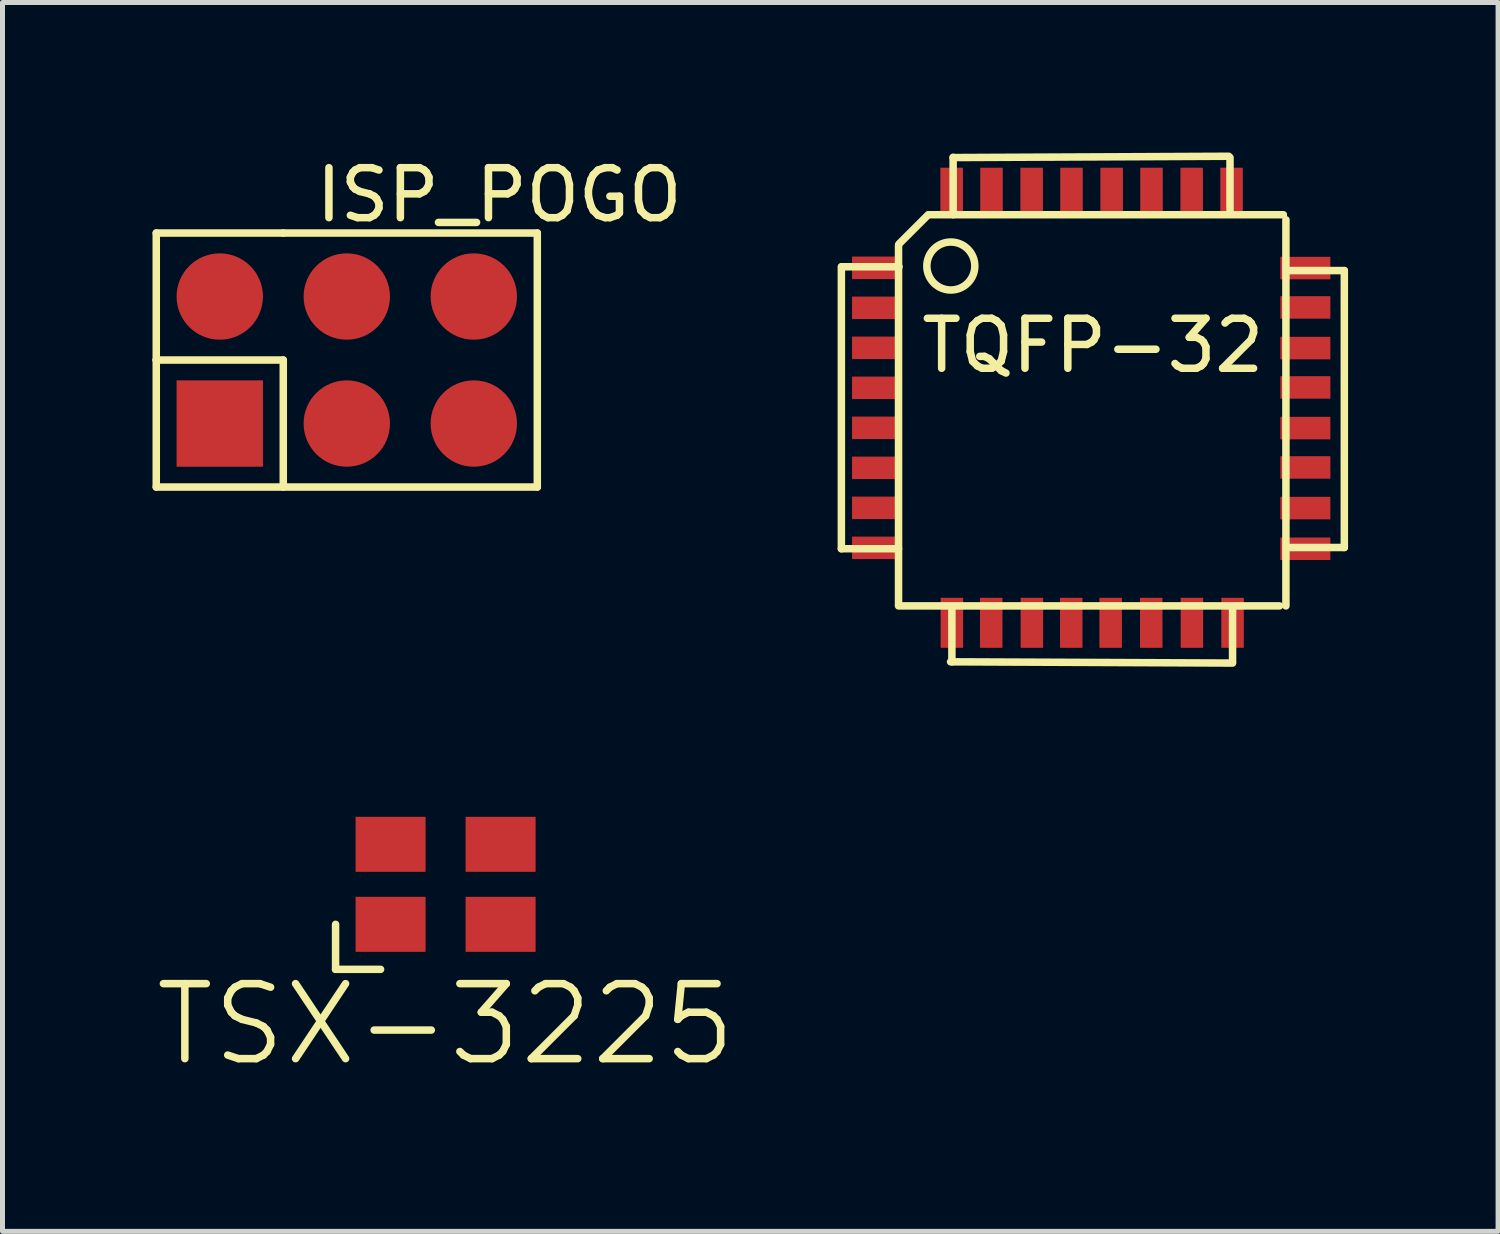
<source format=kicad_pcb>
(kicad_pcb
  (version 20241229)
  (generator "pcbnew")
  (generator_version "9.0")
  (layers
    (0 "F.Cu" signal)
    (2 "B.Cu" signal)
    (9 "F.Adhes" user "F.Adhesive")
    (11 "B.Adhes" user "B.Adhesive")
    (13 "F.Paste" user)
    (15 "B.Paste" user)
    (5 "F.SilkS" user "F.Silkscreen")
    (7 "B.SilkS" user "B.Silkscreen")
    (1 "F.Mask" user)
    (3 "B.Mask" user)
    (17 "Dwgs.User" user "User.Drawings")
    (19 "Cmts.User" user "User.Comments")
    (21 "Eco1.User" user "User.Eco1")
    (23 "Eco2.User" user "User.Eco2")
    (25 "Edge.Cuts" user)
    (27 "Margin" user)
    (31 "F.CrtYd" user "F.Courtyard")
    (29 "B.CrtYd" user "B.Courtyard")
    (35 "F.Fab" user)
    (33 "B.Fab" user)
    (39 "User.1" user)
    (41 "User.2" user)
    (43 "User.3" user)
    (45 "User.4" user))
  (footprint "TSX-3225"
    (layer "F.Cu")
    (at 5.861 14.635)
    (property "Reference" "TSX-3225" (at 0 2.8 0) (layer "F.SilkS") (effects (font (size 1.5 1.5) (thickness 0.15))))
    (attr through_hole)
    (fp_line (start -2.2 0.8) (end -2.2 1.7) (stroke (width 0.15) (type solid)) (layer "F.SilkS"))
    (fp_line (start -1.3 1.7) (end -2.2 1.7) (stroke (width 0.15) (type solid)) (layer "F.SilkS"))
    (pad "" smd rect (at -1.1 -0.8) (size 1.4 1.1) (layers "F.Cu" "F.Mask" "F.Paste"))
    (pad "" smd rect (at 1.1 0.8) (size 1.4 1.1) (layers "F.Cu" "F.Mask" "F.Paste"))
    (pad "1" smd rect (at -1.1 0.8) (size 1.4 1.1) (layers "F.Cu" "F.Mask" "F.Paste"))
    (pad "2" smd rect (at 1.1 -0.8) (size 1.4 1.1) (layers "F.Cu" "F.Mask" "F.Paste")))
  (footprint "ISP_POGO"
    (layer "F.Cu")
    (at 3.885 4.15)
    (property "Reference" "ISP_POGO" (at 3.048 -3.302 0) (layer "F.SilkS") (effects (font (size 1 1) (thickness 0.15))))
    (attr through_hole)
    (fp_line (start -3.81 -2.54) (end -3.81 0) (stroke (width 0.15) (type solid)) (layer "F.SilkS"))
    (fp_line (start -3.81 0) (end -1.27 0) (stroke (width 0.15) (type solid)) (layer "F.SilkS"))
    (fp_line (start -3.81 2.54) (end -3.81 0) (stroke (width 0.15) (type solid)) (layer "F.SilkS"))
    (fp_line (start -3.81 2.54) (end 3.81 2.54) (stroke (width 0.15) (type solid)) (layer "F.SilkS"))
    (fp_line (start -1.27 -2.54) (end -3.81 -2.54) (stroke (width 0.15) (type solid)) (layer "F.SilkS"))
    (fp_line (start -1.27 0) (end -1.27 2.54) (stroke (width 0.15) (type solid)) (layer "F.SilkS"))
    (fp_line (start 3.81 -2.54) (end -1.27 -2.54) (stroke (width 0.15) (type solid)) (layer "F.SilkS"))
    (fp_line (start 3.81 2.54) (end 3.81 -2.54) (stroke (width 0.15) (type solid)) (layer "F.SilkS"))
    (pad "1" smd rect (at -2.54 1.27) (size 1.727 1.727) (layers "F.Cu" "F.Mask"))
    (pad "2" smd oval (at -2.54 -1.27) (size 1.727 1.727) (layers "F.Cu" "F.Mask"))
    (pad "3" smd oval (at 0 1.27) (size 1.727 1.727) (layers "F.Cu" "F.Mask"))
    (pad "4" smd oval (at 0 -1.27) (size 1.727 1.727) (layers "F.Cu" "F.Mask"))
    (pad "5" smd oval (at 2.54 1.27) (size 1.727 1.727) (layers "F.Cu" "F.Mask"))
    (pad "6" smd oval (at 2.54 -1.27) (size 1.727 1.727) (layers "F.Cu" "F.Mask")))
  (footprint "TQFP-32"
    (layer "F.Cu")
    (at 18.805 5.13)
    (property "Reference" "TQFP-32" (at 0 -1.27 0) (layer "F.SilkS") (effects (font (size 1 1) (thickness 0.15))))
    (attr through_hole)
    (fp_line (start -5.029 -2.845) (end -5.029 2.794) (stroke (width 0.15) (type solid)) (layer "F.SilkS"))
    (fp_line (start -5.029 2.794) (end -3.886 2.794) (stroke (width 0.15) (type solid)) (layer "F.SilkS"))
    (fp_line (start -5.024 -2.845) (end -3.876 -2.845) (stroke (width 0.15) (type solid)) (layer "F.SilkS"))
    (fp_line (start -3.886 -3.277) (end -3.886 3.912) (stroke (width 0.15) (type solid)) (layer "F.SilkS"))
    (fp_line (start -3.886 3.937) (end 3.734 3.937) (stroke (width 0.15) (type solid)) (layer "F.SilkS"))
    (fp_line (start -3.876 -3.302) (end -3.292 -3.886) (stroke (width 0.15) (type solid)) (layer "F.SilkS"))
    (fp_line (start -3.251 -3.886) (end 3.81 -3.886) (stroke (width 0.15) (type solid)) (layer "F.SilkS"))
    (fp_line (start -2.845 5.055) (end 2.794 5.08) (stroke (width 0.15) (type solid)) (layer "F.SilkS"))
    (fp_line (start -2.819 3.988) (end -2.819 5.055) (stroke (width 0.15) (type solid)) (layer "F.SilkS"))
    (fp_line (start -2.794 -5.029) (end 2.718 -5.055) (stroke (width 0.15) (type solid)) (layer "F.SilkS"))
    (fp_line (start -2.794 -3.886) (end -2.794 -5.034) (stroke (width 0.15) (type solid)) (layer "F.SilkS"))
    (fp_line (start 2.743 -5.029) (end 2.743 -3.988) (stroke (width 0.15) (type solid)) (layer "F.SilkS"))
    (fp_line (start 2.794 3.962) (end 2.794 5.055) (stroke (width 0.15) (type solid)) (layer "F.SilkS"))
    (fp_line (start 3.861 3.937) (end 3.861 -3.785) (stroke (width 0.15) (type solid)) (layer "F.SilkS"))
    (fp_line (start 5.029 -2.769) (end 3.912 -2.769) (stroke (width 0.15) (type solid)) (layer "F.SilkS"))
    (fp_line (start 5.029 2.769) (end 3.886 2.769) (stroke (width 0.15) (type solid)) (layer "F.SilkS"))
    (fp_line (start 5.029 2.769) (end 5.029 -2.769) (stroke (width 0.15) (type solid)) (layer "F.SilkS"))
    (fp_circle (center -2.84 -2.86) (end -2.433 -2.606) (stroke (width 0.15) (type solid)) (fill no) (layer "F.SilkS"))
    (pad "1" smd rect (at -4.316 -2.824) (size 1 0.45) (layers "F.Cu" "F.Mask" "F.Paste"))
    (pad "2" smd rect (at -4.316 -2.024) (size 1 0.45) (layers "F.Cu" "F.Mask" "F.Paste"))
    (pad "3" smd rect (at -4.316 -1.224) (size 1 0.45) (layers "F.Cu" "F.Mask" "F.Paste"))
    (pad "4" smd rect (at -4.316 -0.424) (size 1 0.45) (layers "F.Cu" "F.Mask" "F.Paste"))
    (pad "5" smd rect (at -4.316 0.376) (size 1 0.45) (layers "F.Cu" "F.Mask" "F.Paste"))
    (pad "6" smd rect (at -4.316 1.176) (size 1 0.45) (layers "F.Cu" "F.Mask" "F.Paste"))
    (pad "7" smd rect (at -4.316 1.976) (size 1 0.45) (layers "F.Cu" "F.Mask" "F.Paste"))
    (pad "8" smd rect (at -4.316 2.776) (size 1 0.45) (layers "F.Cu" "F.Mask" "F.Paste"))
    (pad "9" smd rect (at -2.819 4.275) (size 0.45 1) (layers "F.Cu" "F.Mask" "F.Paste"))
    (pad "10" smd rect (at -2.032 4.275) (size 0.45 1) (layers "F.Cu" "F.Mask" "F.Paste"))
    (pad "11" smd rect (at -1.219 4.275) (size 0.45 1) (layers "F.Cu" "F.Mask" "F.Paste"))
    (pad "12" smd rect (at -0.432 4.275) (size 0.45 1) (layers "F.Cu" "F.Mask" "F.Paste"))
    (pad "13" smd rect (at 0.356 4.275) (size 0.45 1) (layers "F.Cu" "F.Mask" "F.Paste"))
    (pad "14" smd rect (at 1.168 4.275) (size 0.45 1) (layers "F.Cu" "F.Mask" "F.Paste"))
    (pad "15" smd rect (at 1.981 4.275) (size 0.45 1) (layers "F.Cu" "F.Mask" "F.Paste"))
    (pad "16" smd rect (at 2.794 4.275) (size 0.45 1) (layers "F.Cu" "F.Mask" "F.Paste"))
    (pad "17" smd rect (at 4.25 2.794) (size 1 0.45) (layers "F.Cu" "F.Mask" "F.Paste"))
    (pad "18" smd rect (at 4.25 1.981) (size 1 0.45) (layers "F.Cu" "F.Mask" "F.Paste"))
    (pad "19" smd rect (at 4.25 1.168) (size 1 0.45) (layers "F.Cu" "F.Mask" "F.Paste"))
    (pad "20" smd rect (at 4.25 0.381) (size 1 0.45) (layers "F.Cu" "F.Mask" "F.Paste"))
    (pad "21" smd rect (at 4.25 -0.432) (size 1 0.45) (layers "F.Cu" "F.Mask" "F.Paste"))
    (pad "22" smd rect (at 4.25 -1.219) (size 1 0.45) (layers "F.Cu" "F.Mask" "F.Paste"))
    (pad "23" smd rect (at 4.25 -2.032) (size 1 0.45) (layers "F.Cu" "F.Mask" "F.Paste"))
    (pad "24" smd rect (at 4.25 -2.819) (size 1 0.45) (layers "F.Cu" "F.Mask" "F.Paste"))
    (pad "25" smd rect (at 2.774 -4.326) (size 0.45 1) (layers "F.Cu" "F.Mask" "F.Paste"))
    (pad "26" smd rect (at 1.976 -4.326) (size 0.45 1) (layers "F.Cu" "F.Mask" "F.Paste"))
    (pad "27" smd rect (at 1.173 -4.326) (size 0.45 1) (layers "F.Cu" "F.Mask" "F.Paste"))
    (pad "28" smd rect (at 0.376 -4.326) (size 0.45 1) (layers "F.Cu" "F.Mask" "F.Paste"))
    (pad "29" smd rect (at -0.427 -4.326) (size 0.45 1) (layers "F.Cu" "F.Mask" "F.Paste"))
    (pad "30" smd rect (at -1.224 -4.326) (size 0.45 1) (layers "F.Cu" "F.Mask" "F.Paste"))
    (pad "31" smd rect (at -2.027 -4.326) (size 0.45 1) (layers "F.Cu" "F.Mask" "F.Paste"))
    (pad "32" smd rect (at -2.824 -4.326) (size 0.45 1) (layers "F.Cu" "F.Mask" "F.Paste")))
  (gr_rect
    (start -3 -3)
    (end 26.909 21.575)
    (stroke (width 0.1) (type default))
    (fill no)
    (layer "Edge.Cuts")))
</source>
